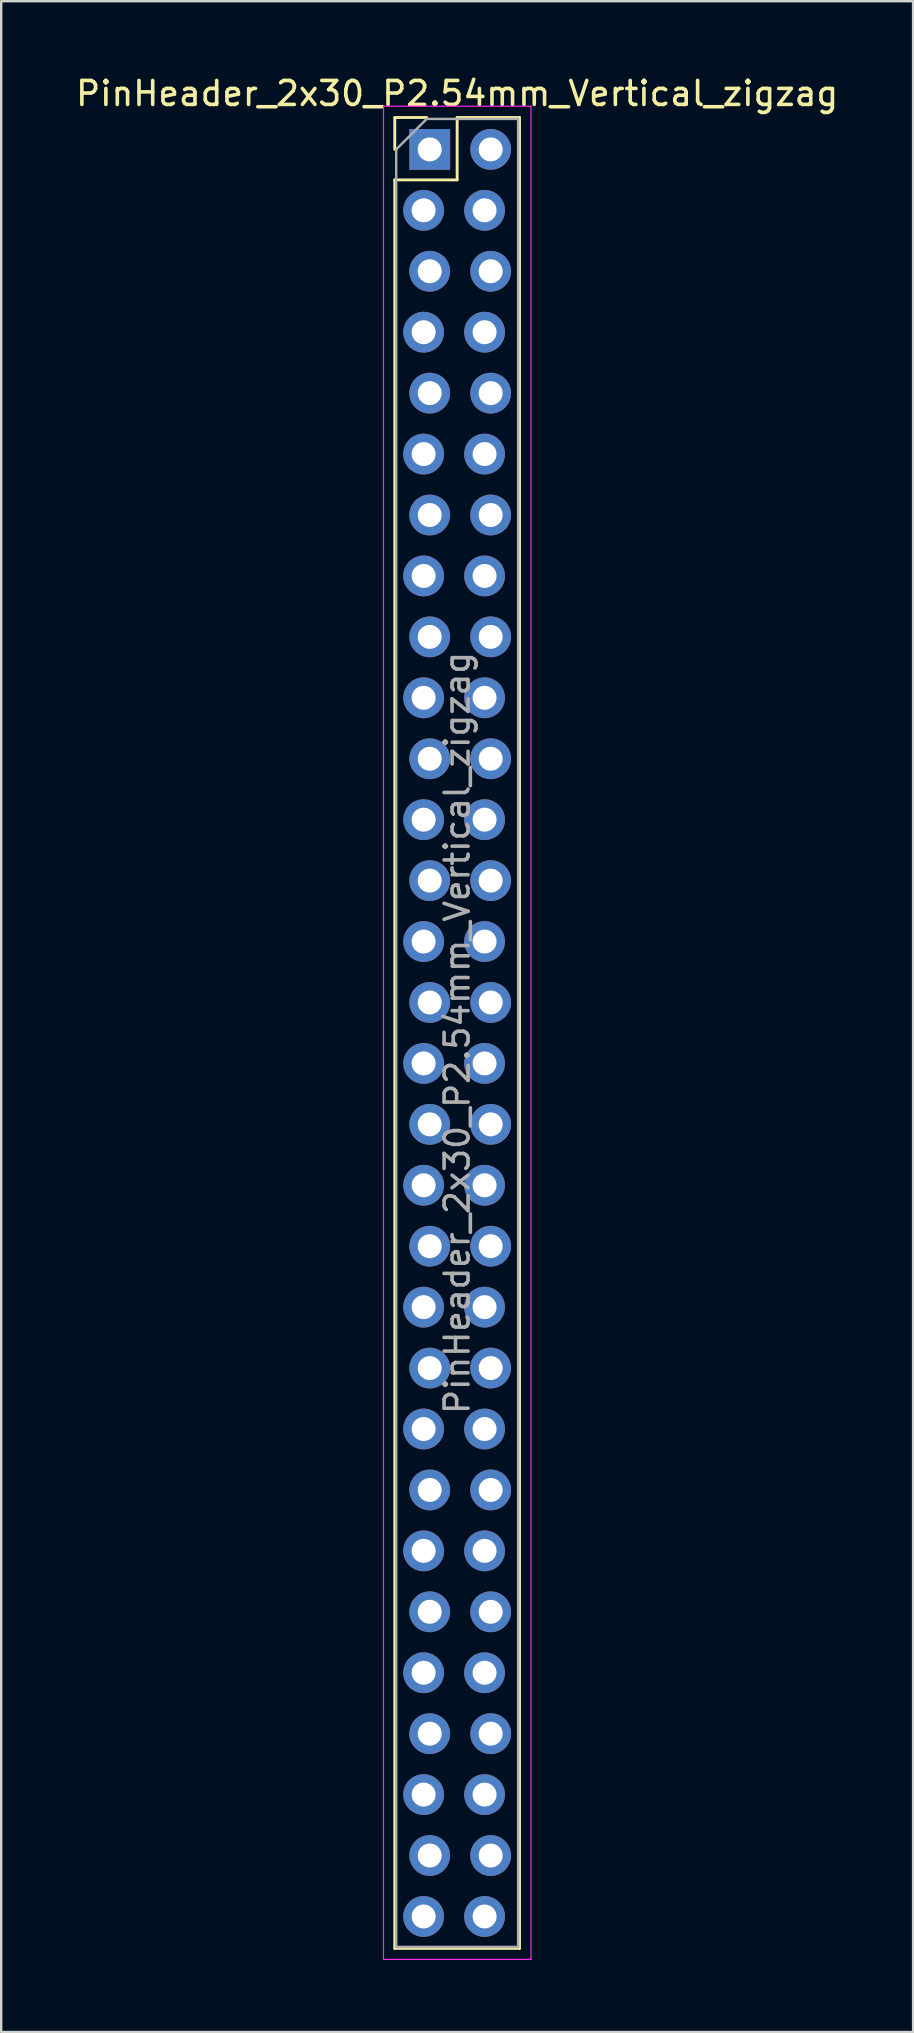
<source format=kicad_pcb>
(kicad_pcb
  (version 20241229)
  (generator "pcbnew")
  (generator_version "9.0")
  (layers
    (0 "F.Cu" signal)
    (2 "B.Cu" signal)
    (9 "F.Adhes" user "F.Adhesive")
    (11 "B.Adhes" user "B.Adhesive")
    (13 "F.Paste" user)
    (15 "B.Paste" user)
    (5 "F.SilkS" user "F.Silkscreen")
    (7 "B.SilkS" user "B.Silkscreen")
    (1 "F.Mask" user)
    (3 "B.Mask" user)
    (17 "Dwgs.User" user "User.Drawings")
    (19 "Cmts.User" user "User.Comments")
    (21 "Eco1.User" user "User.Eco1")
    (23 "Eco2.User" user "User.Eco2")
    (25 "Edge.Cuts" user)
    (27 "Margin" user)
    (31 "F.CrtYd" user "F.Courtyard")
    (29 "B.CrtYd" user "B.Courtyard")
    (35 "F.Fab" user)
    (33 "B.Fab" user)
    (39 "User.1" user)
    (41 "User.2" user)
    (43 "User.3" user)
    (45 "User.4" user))
  (footprint "PinHeader_2x30_P2.54mm_Vertical_zigzag"
    (layer "F.Cu")
    (at 14.736 3.178)
    (property "Reference" "PinHeader_2x30_P2.54mm_Vertical_zigzag" (at 1.27 -2.33 0) (layer "F.SilkS") (effects (font (size 1 1) (thickness 0.15))))
    (attr through_hole)
    (fp_line (start -1.33 -1.33) (end 0 -1.33) (stroke (width 0.12) (type solid)) (layer "F.SilkS"))
    (fp_line (start -1.33 0) (end -1.33 -1.33) (stroke (width 0.12) (type solid)) (layer "F.SilkS"))
    (fp_line (start -1.33 1.27) (end -1.33 74.99) (stroke (width 0.12) (type solid)) (layer "F.SilkS"))
    (fp_line (start -1.33 1.27) (end 1.27 1.27) (stroke (width 0.12) (type solid)) (layer "F.SilkS"))
    (fp_line (start -1.33 74.99) (end 3.87 74.99) (stroke (width 0.12) (type solid)) (layer "F.SilkS"))
    (fp_line (start 1.27 -1.33) (end 3.87 -1.33) (stroke (width 0.12) (type solid)) (layer "F.SilkS"))
    (fp_line (start 1.27 1.27) (end 1.27 -1.33) (stroke (width 0.12) (type solid)) (layer "F.SilkS"))
    (fp_line (start 3.87 -1.33) (end 3.87 74.99) (stroke (width 0.12) (type solid)) (layer "F.SilkS"))
    (fp_line (start -1.8 -1.8) (end -1.8 75.45) (stroke (width 0.05) (type solid)) (layer "F.CrtYd"))
    (fp_line (start -1.8 75.45) (end 4.35 75.45) (stroke (width 0.05) (type solid)) (layer "F.CrtYd"))
    (fp_line (start 4.35 -1.8) (end -1.8 -1.8) (stroke (width 0.05) (type solid)) (layer "F.CrtYd"))
    (fp_line (start 4.35 75.45) (end 4.35 -1.8) (stroke (width 0.05) (type solid)) (layer "F.CrtYd"))
    (fp_line (start -1.27 0) (end 0 -1.27) (stroke (width 0.1) (type solid)) (layer "F.Fab"))
    (fp_line (start -1.27 74.93) (end -1.27 0) (stroke (width 0.1) (type solid)) (layer "F.Fab"))
    (fp_line (start 0 -1.27) (end 3.81 -1.27) (stroke (width 0.1) (type solid)) (layer "F.Fab"))
    (fp_line (start 3.81 -1.27) (end 3.81 74.93) (stroke (width 0.1) (type solid)) (layer "F.Fab"))
    (fp_line (start 3.81 74.93) (end -1.27 74.93) (stroke (width 0.1) (type solid)) (layer "F.Fab"))
    (fp_text user "${REFERENCE}" (at 1.27 36.83 90) (layer "F.Fab") (effects (font (size 1 1) (thickness 0.15))))
    (pad "1" thru_hole rect (at 0.127 0) (size 1.7 1.7) (drill 1) (layers "*.Cu" "*.Mask"))
    (pad "2" thru_hole oval (at 2.667 0) (size 1.7 1.7) (drill 1) (layers "*.Cu" "*.Mask"))
    (pad "3" thru_hole oval (at -0.127 2.54) (size 1.7 1.7) (drill 1) (layers "*.Cu" "*.Mask"))
    (pad "4" thru_hole oval (at 2.413 2.54) (size 1.7 1.7) (drill 1) (layers "*.Cu" "*.Mask"))
    (pad "5" thru_hole oval (at 0.127 5.08) (size 1.7 1.7) (drill 1) (layers "*.Cu" "*.Mask"))
    (pad "6" thru_hole oval (at 2.667 5.08) (size 1.7 1.7) (drill 1) (layers "*.Cu" "*.Mask"))
    (pad "7" thru_hole oval (at -0.127 7.62) (size 1.7 1.7) (drill 1) (layers "*.Cu" "*.Mask"))
    (pad "8" thru_hole oval (at 2.413 7.62) (size 1.7 1.7) (drill 1) (layers "*.Cu" "*.Mask"))
    (pad "9" thru_hole oval (at 0.127 10.16) (size 1.7 1.7) (drill 1) (layers "*.Cu" "*.Mask"))
    (pad "10" thru_hole oval (at 2.667 10.16) (size 1.7 1.7) (drill 1) (layers "*.Cu" "*.Mask"))
    (pad "11" thru_hole oval (at -0.127 12.7) (size 1.7 1.7) (drill 1) (layers "*.Cu" "*.Mask"))
    (pad "12" thru_hole oval (at 2.413 12.7) (size 1.7 1.7) (drill 1) (layers "*.Cu" "*.Mask"))
    (pad "13" thru_hole oval (at 0.127 15.24) (size 1.7 1.7) (drill 1) (layers "*.Cu" "*.Mask"))
    (pad "14" thru_hole oval (at 2.667 15.24) (size 1.7 1.7) (drill 1) (layers "*.Cu" "*.Mask"))
    (pad "15" thru_hole oval (at -0.127 17.78) (size 1.7 1.7) (drill 1) (layers "*.Cu" "*.Mask"))
    (pad "16" thru_hole oval (at 2.413 17.78) (size 1.7 1.7) (drill 1) (layers "*.Cu" "*.Mask"))
    (pad "17" thru_hole oval (at 0.127 20.32) (size 1.7 1.7) (drill 1) (layers "*.Cu" "*.Mask"))
    (pad "18" thru_hole oval (at 2.667 20.32) (size 1.7 1.7) (drill 1) (layers "*.Cu" "*.Mask"))
    (pad "19" thru_hole oval (at -0.127 22.86) (size 1.7 1.7) (drill 1) (layers "*.Cu" "*.Mask"))
    (pad "20" thru_hole oval (at 2.413 22.86) (size 1.7 1.7) (drill 1) (layers "*.Cu" "*.Mask"))
    (pad "21" thru_hole oval (at 0.127 25.4) (size 1.7 1.7) (drill 1) (layers "*.Cu" "*.Mask"))
    (pad "22" thru_hole oval (at 2.667 25.4) (size 1.7 1.7) (drill 1) (layers "*.Cu" "*.Mask"))
    (pad "23" thru_hole oval (at -0.127 27.94) (size 1.7 1.7) (drill 1) (layers "*.Cu" "*.Mask"))
    (pad "24" thru_hole oval (at 2.413 27.94) (size 1.7 1.7) (drill 1) (layers "*.Cu" "*.Mask"))
    (pad "25" thru_hole oval (at 0.127 30.48) (size 1.7 1.7) (drill 1) (layers "*.Cu" "*.Mask"))
    (pad "26" thru_hole oval (at 2.667 30.48) (size 1.7 1.7) (drill 1) (layers "*.Cu" "*.Mask"))
    (pad "27" thru_hole oval (at -0.127 33.02) (size 1.7 1.7) (drill 1) (layers "*.Cu" "*.Mask"))
    (pad "28" thru_hole oval (at 2.413 33.02) (size 1.7 1.7) (drill 1) (layers "*.Cu" "*.Mask"))
    (pad "29" thru_hole oval (at 0.127 35.56) (size 1.7 1.7) (drill 1) (layers "*.Cu" "*.Mask"))
    (pad "30" thru_hole oval (at 2.667 35.56) (size 1.7 1.7) (drill 1) (layers "*.Cu" "*.Mask"))
    (pad "31" thru_hole oval (at -0.127 38.1) (size 1.7 1.7) (drill 1) (layers "*.Cu" "*.Mask"))
    (pad "32" thru_hole oval (at 2.413 38.1) (size 1.7 1.7) (drill 1) (layers "*.Cu" "*.Mask"))
    (pad "33" thru_hole oval (at 0.127 40.64) (size 1.7 1.7) (drill 1) (layers "*.Cu" "*.Mask"))
    (pad "34" thru_hole oval (at 2.667 40.64) (size 1.7 1.7) (drill 1) (layers "*.Cu" "*.Mask"))
    (pad "35" thru_hole oval (at -0.127 43.18) (size 1.7 1.7) (drill 1) (layers "*.Cu" "*.Mask"))
    (pad "36" thru_hole oval (at 2.413 43.18) (size 1.7 1.7) (drill 1) (layers "*.Cu" "*.Mask"))
    (pad "37" thru_hole oval (at 0.127 45.72) (size 1.7 1.7) (drill 1) (layers "*.Cu" "*.Mask"))
    (pad "38" thru_hole oval (at 2.667 45.72) (size 1.7 1.7) (drill 1) (layers "*.Cu" "*.Mask"))
    (pad "39" thru_hole oval (at -0.127 48.26) (size 1.7 1.7) (drill 1) (layers "*.Cu" "*.Mask"))
    (pad "40" thru_hole oval (at 2.413 48.26) (size 1.7 1.7) (drill 1) (layers "*.Cu" "*.Mask"))
    (pad "41" thru_hole oval (at 0.127 50.8) (size 1.7 1.7) (drill 1) (layers "*.Cu" "*.Mask"))
    (pad "42" thru_hole oval (at 2.667 50.8) (size 1.7 1.7) (drill 1) (layers "*.Cu" "*.Mask"))
    (pad "43" thru_hole oval (at -0.127 53.34) (size 1.7 1.7) (drill 1) (layers "*.Cu" "*.Mask"))
    (pad "44" thru_hole oval (at 2.413 53.34) (size 1.7 1.7) (drill 1) (layers "*.Cu" "*.Mask"))
    (pad "45" thru_hole oval (at 0.127 55.88) (size 1.7 1.7) (drill 1) (layers "*.Cu" "*.Mask"))
    (pad "46" thru_hole oval (at 2.667 55.88) (size 1.7 1.7) (drill 1) (layers "*.Cu" "*.Mask"))
    (pad "47" thru_hole oval (at -0.127 58.42) (size 1.7 1.7) (drill 1) (layers "*.Cu" "*.Mask"))
    (pad "48" thru_hole oval (at 2.413 58.42) (size 1.7 1.7) (drill 1) (layers "*.Cu" "*.Mask"))
    (pad "49" thru_hole oval (at 0.127 60.96) (size 1.7 1.7) (drill 1) (layers "*.Cu" "*.Mask"))
    (pad "50" thru_hole oval (at 2.667 60.96) (size 1.7 1.7) (drill 1) (layers "*.Cu" "*.Mask"))
    (pad "51" thru_hole oval (at -0.127 63.5) (size 1.7 1.7) (drill 1) (layers "*.Cu" "*.Mask"))
    (pad "52" thru_hole oval (at 2.413 63.5) (size 1.7 1.7) (drill 1) (layers "*.Cu" "*.Mask"))
    (pad "53" thru_hole oval (at 0.127 66.04) (size 1.7 1.7) (drill 1) (layers "*.Cu" "*.Mask"))
    (pad "54" thru_hole oval (at 2.667 66.04) (size 1.7 1.7) (drill 1) (layers "*.Cu" "*.Mask"))
    (pad "55" thru_hole oval (at -0.127 68.58) (size 1.7 1.7) (drill 1) (layers "*.Cu" "*.Mask"))
    (pad "56" thru_hole oval (at 2.413 68.58) (size 1.7 1.7) (drill 1) (layers "*.Cu" "*.Mask"))
    (pad "57" thru_hole oval (at 0.127 71.12) (size 1.7 1.7) (drill 1) (layers "*.Cu" "*.Mask"))
    (pad "58" thru_hole oval (at 2.667 71.12) (size 1.7 1.7) (drill 1) (layers "*.Cu" "*.Mask"))
    (pad "59" thru_hole oval (at -0.127 73.66) (size 1.7 1.7) (drill 1) (layers "*.Cu" "*.Mask"))
    (pad "60" thru_hole oval (at 2.413 73.66) (size 1.7 1.7) (drill 1) (layers "*.Cu" "*.Mask")))
  (gr_rect
    (start -3 -3)
    (end 35.012 81.653)
    (stroke (width 0.1) (type default))
    (fill no)
    (layer "Edge.Cuts")))
</source>
